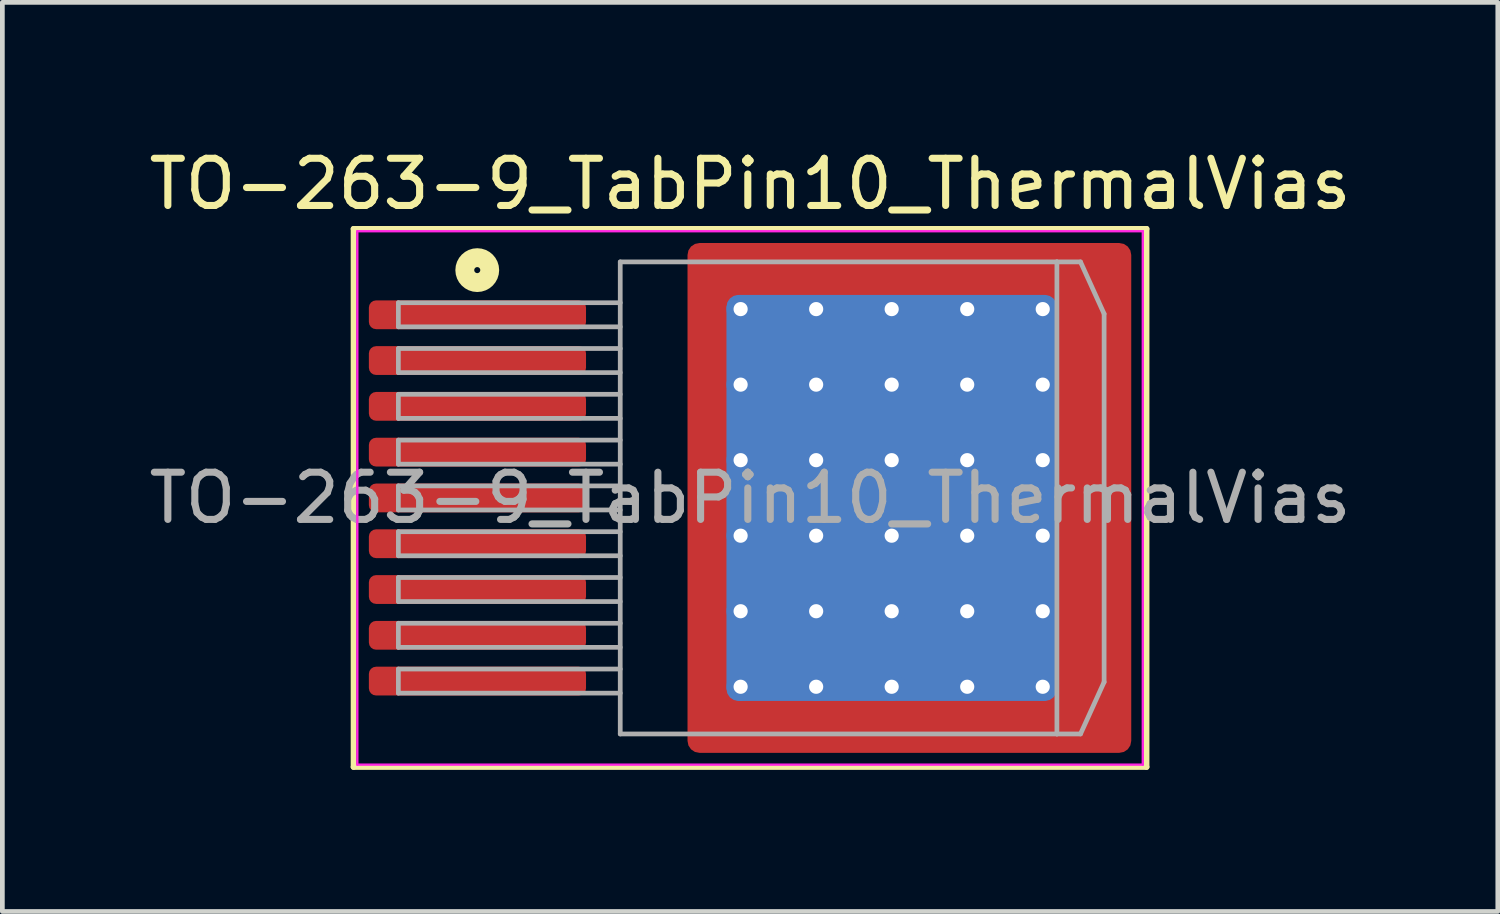
<source format=kicad_pcb>
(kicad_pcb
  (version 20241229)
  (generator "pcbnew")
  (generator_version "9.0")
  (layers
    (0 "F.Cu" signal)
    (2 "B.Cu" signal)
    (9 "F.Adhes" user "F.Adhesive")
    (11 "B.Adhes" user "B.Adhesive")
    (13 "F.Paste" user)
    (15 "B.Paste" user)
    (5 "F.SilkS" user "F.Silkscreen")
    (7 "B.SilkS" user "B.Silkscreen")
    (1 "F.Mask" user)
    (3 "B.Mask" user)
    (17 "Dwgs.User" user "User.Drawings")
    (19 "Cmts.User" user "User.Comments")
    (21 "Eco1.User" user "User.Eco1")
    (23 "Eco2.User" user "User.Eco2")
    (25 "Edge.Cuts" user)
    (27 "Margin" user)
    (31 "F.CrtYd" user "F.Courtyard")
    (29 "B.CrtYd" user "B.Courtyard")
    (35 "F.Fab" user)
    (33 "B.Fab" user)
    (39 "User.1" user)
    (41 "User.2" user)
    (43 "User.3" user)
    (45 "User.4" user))
  (footprint "TO-263-9_TabPin10_ThermalVias"
    (layer "F.Cu")
    (at 12.839 7.498)
    (property "Reference" "TO-263-9_TabPin10_ThermalVias" (at 0 -6.65 0) (layer "F.SilkS") (effects (font (size 1 1) (thickness 0.15))))
    (attr smd)
    (fp_line (start -8.4 -5.7) (end -8.4 5.7) (stroke (width 0.12) (type solid)) (layer "F.SilkS"))
    (fp_line (start -8.4 5.7) (end 8.4 5.7) (stroke (width 0.12) (type solid)) (layer "F.SilkS"))
    (fp_line (start 8.4 -5.7) (end -8.4 -5.7) (stroke (width 0.12) (type solid)) (layer "F.SilkS"))
    (fp_line (start 8.4 5.7) (end 8.4 -5.7) (stroke (width 0.12) (type solid)) (layer "F.SilkS"))
    (fp_circle (center -5.779 -4.826) (end -5.715 -4.826) (stroke (width 0.4) (type solid)) (fill no) (layer "F.SilkS"))
    (fp_line (start -8.32 -5.65) (end -8.32 5.65) (stroke (width 0.05) (type solid)) (layer "F.CrtYd"))
    (fp_line (start -8.32 5.65) (end 8.32 5.65) (stroke (width 0.05) (type solid)) (layer "F.CrtYd"))
    (fp_line (start 8.32 -5.65) (end -8.32 -5.65) (stroke (width 0.05) (type solid)) (layer "F.CrtYd"))
    (fp_line (start 8.32 5.65) (end 8.32 -5.65) (stroke (width 0.05) (type solid)) (layer "F.CrtYd"))
    (fp_line (start -7.45 -4.135) (end -7.45 -3.625) (stroke (width 0.1) (type solid)) (layer "F.Fab"))
    (fp_line (start -7.45 -3.625) (end -2.75 -3.625) (stroke (width 0.1) (type solid)) (layer "F.Fab"))
    (fp_line (start -7.45 -3.165) (end -7.45 -2.655) (stroke (width 0.1) (type solid)) (layer "F.Fab"))
    (fp_line (start -7.45 -2.655) (end -2.75 -2.655) (stroke (width 0.1) (type solid)) (layer "F.Fab"))
    (fp_line (start -7.45 -2.195) (end -7.45 -1.685) (stroke (width 0.1) (type solid)) (layer "F.Fab"))
    (fp_line (start -7.45 -1.685) (end -2.75 -1.685) (stroke (width 0.1) (type solid)) (layer "F.Fab"))
    (fp_line (start -7.45 -1.225) (end -7.45 -0.715) (stroke (width 0.1) (type solid)) (layer "F.Fab"))
    (fp_line (start -7.45 -0.715) (end -2.75 -0.715) (stroke (width 0.1) (type solid)) (layer "F.Fab"))
    (fp_line (start -7.45 -0.255) (end -7.45 0.255) (stroke (width 0.1) (type solid)) (layer "F.Fab"))
    (fp_line (start -7.45 0.255) (end -2.75 0.255) (stroke (width 0.1) (type solid)) (layer "F.Fab"))
    (fp_line (start -7.45 0.715) (end -7.45 1.225) (stroke (width 0.1) (type solid)) (layer "F.Fab"))
    (fp_line (start -7.45 1.225) (end -2.75 1.225) (stroke (width 0.1) (type solid)) (layer "F.Fab"))
    (fp_line (start -7.45 1.685) (end -7.45 2.195) (stroke (width 0.1) (type solid)) (layer "F.Fab"))
    (fp_line (start -7.45 2.195) (end -2.75 2.195) (stroke (width 0.1) (type solid)) (layer "F.Fab"))
    (fp_line (start -7.45 2.655) (end -7.45 3.165) (stroke (width 0.1) (type solid)) (layer "F.Fab"))
    (fp_line (start -7.45 3.165) (end -2.75 3.165) (stroke (width 0.1) (type solid)) (layer "F.Fab"))
    (fp_line (start -7.45 3.625) (end -7.45 4.135) (stroke (width 0.1) (type solid)) (layer "F.Fab"))
    (fp_line (start -7.45 4.135) (end -2.75 4.135) (stroke (width 0.1) (type solid)) (layer "F.Fab"))
    (fp_line (start -2.75 -5) (end 6.5 -5) (stroke (width 0.1) (type solid)) (layer "F.Fab"))
    (fp_line (start -2.75 -4.135) (end -7.45 -4.135) (stroke (width 0.1) (type solid)) (layer "F.Fab"))
    (fp_line (start -2.75 -3.165) (end -7.45 -3.165) (stroke (width 0.1) (type solid)) (layer "F.Fab"))
    (fp_line (start -2.75 -2.195) (end -7.45 -2.195) (stroke (width 0.1) (type solid)) (layer "F.Fab"))
    (fp_line (start -2.75 -1.225) (end -7.45 -1.225) (stroke (width 0.1) (type solid)) (layer "F.Fab"))
    (fp_line (start -2.75 -0.255) (end -7.45 -0.255) (stroke (width 0.1) (type solid)) (layer "F.Fab"))
    (fp_line (start -2.75 0.715) (end -7.45 0.715) (stroke (width 0.1) (type solid)) (layer "F.Fab"))
    (fp_line (start -2.75 1.685) (end -7.45 1.685) (stroke (width 0.1) (type solid)) (layer "F.Fab"))
    (fp_line (start -2.75 2.655) (end -7.45 2.655) (stroke (width 0.1) (type solid)) (layer "F.Fab"))
    (fp_line (start -2.75 3.625) (end -7.45 3.625) (stroke (width 0.1) (type solid)) (layer "F.Fab"))
    (fp_line (start -2.75 5) (end -2.75 -5) (stroke (width 0.1) (type solid)) (layer "F.Fab"))
    (fp_line (start 6.5 -5) (end 6.5 5) (stroke (width 0.1) (type solid)) (layer "F.Fab"))
    (fp_line (start 6.5 -5) (end 7 -5) (stroke (width 0.1) (type solid)) (layer "F.Fab"))
    (fp_line (start 6.5 5) (end -2.75 5) (stroke (width 0.1) (type solid)) (layer "F.Fab"))
    (fp_line (start 6.5 5) (end 7 5) (stroke (width 0.1) (type solid)) (layer "F.Fab"))
    (fp_line (start 7 -5) (end 7.5 -3.9) (stroke (width 0.1) (type solid)) (layer "F.Fab"))
    (fp_line (start 7 5) (end 7.5 3.9) (stroke (width 0.1) (type solid)) (layer "F.Fab"))
    (fp_line (start 7.5 -3.9) (end 7.5 3.9) (stroke (width 0.1) (type solid)) (layer "F.Fab"))
    (fp_text user "${REFERENCE}" (at 0 0 0) (layer "F.Fab") (effects (font (size 1 1) (thickness 0.15))))
    (pad "" smd roundrect (at -0.75 -4.65 90) (size 1.1 0.9) (layers "F.Paste") (roundrect_rratio 0.25))
    (pad "" smd roundrect (at -0.75 -3.2 90) (size 1.4 0.9) (layers "F.Paste") (roundrect_rratio 0.25))
    (pad "" smd roundrect (at -0.75 -1.6 90) (size 1.4 0.9) (layers "F.Paste") (roundrect_rratio 0.25))
    (pad "" smd roundrect (at -0.75 0 90) (size 1.4 0.9) (layers "F.Paste") (roundrect_rratio 0.25))
    (pad "" smd roundrect (at -0.75 1.6 90) (size 1.4 0.9) (layers "F.Paste") (roundrect_rratio 0.25))
    (pad "" smd roundrect (at -0.75 3.2 90) (size 1.4 0.9) (layers "F.Paste") (roundrect_rratio 0.25))
    (pad "" smd roundrect (at -0.75 4.65 90) (size 1.1 0.9) (layers "F.Paste") (roundrect_rratio 0.25))
    (pad "" smd roundrect (at 0.6 -4.65) (size 1.4 1.1) (layers "F.Paste") (roundrect_rratio 0.227))
    (pad "" smd roundrect (at 0.6 -3.2) (size 1.4 1.4) (layers "F.Paste") (roundrect_rratio 0.179))
    (pad "" smd roundrect (at 0.6 -1.6) (size 1.4 1.4) (layers "F.Paste") (roundrect_rratio 0.179))
    (pad "" smd roundrect (at 0.6 0) (size 1.4 1.4) (layers "F.Paste") (roundrect_rratio 0.179))
    (pad "" smd roundrect (at 0.6 1.6) (size 1.4 1.4) (layers "F.Paste") (roundrect_rratio 0.179))
    (pad "" smd roundrect (at 0.6 3.2) (size 1.4 1.4) (layers "F.Paste") (roundrect_rratio 0.179))
    (pad "" smd roundrect (at 0.6 4.65) (size 1.4 1.1) (layers "F.Paste") (roundrect_rratio 0.227))
    (pad "" smd roundrect (at 2.2 -4.65) (size 1.4 1.1) (layers "F.Paste") (roundrect_rratio 0.227))
    (pad "" smd roundrect (at 2.2 -3.2) (size 1.4 1.4) (layers "F.Paste") (roundrect_rratio 0.179))
    (pad "" smd roundrect (at 2.2 -1.6) (size 1.4 1.4) (layers "F.Paste") (roundrect_rratio 0.179))
    (pad "" smd roundrect (at 2.2 0) (size 1.4 1.4) (layers "F.Paste") (roundrect_rratio 0.179))
    (pad "" smd roundrect (at 2.2 1.6) (size 1.4 1.4) (layers "F.Paste") (roundrect_rratio 0.179))
    (pad "" smd roundrect (at 2.2 3.2) (size 1.4 1.4) (layers "F.Paste") (roundrect_rratio 0.179))
    (pad "" smd roundrect (at 2.2 4.65) (size 1.4 1.1) (layers "F.Paste") (roundrect_rratio 0.227))
    (pad "" smd roundrect (at 3.8 -4.65) (size 1.4 1.1) (layers "F.Paste") (roundrect_rratio 0.227))
    (pad "" smd roundrect (at 3.8 -3.2) (size 1.4 1.4) (layers "F.Paste") (roundrect_rratio 0.179))
    (pad "" smd roundrect (at 3.8 -1.6) (size 1.4 1.4) (layers "F.Paste") (roundrect_rratio 0.179))
    (pad "" smd roundrect (at 3.8 0) (size 1.4 1.4) (layers "F.Paste") (roundrect_rratio 0.179))
    (pad "" smd roundrect (at 3.8 1.6) (size 1.4 1.4) (layers "F.Paste") (roundrect_rratio 0.179))
    (pad "" smd roundrect (at 3.8 3.2) (size 1.4 1.4) (layers "F.Paste") (roundrect_rratio 0.179))
    (pad "" smd roundrect (at 3.8 4.65) (size 1.4 1.1) (layers "F.Paste") (roundrect_rratio 0.227))
    (pad "" smd roundrect (at 5.45 -4.65) (size 1.4 1.1) (layers "F.Paste") (roundrect_rratio 0.227))
    (pad "" smd roundrect (at 5.45 -3.2) (size 1.4 1.4) (layers "F.Paste") (roundrect_rratio 0.179))
    (pad "" smd roundrect (at 5.45 -1.6) (size 1.4 1.4) (layers "F.Paste") (roundrect_rratio 0.179))
    (pad "" smd roundrect (at 5.45 0) (size 1.4 1.4) (layers "F.Paste") (roundrect_rratio 0.179))
    (pad "" smd roundrect (at 5.45 1.6) (size 1.4 1.4) (layers "F.Paste") (roundrect_rratio 0.179))
    (pad "" smd roundrect (at 5.45 3.2) (size 1.4 1.4) (layers "F.Paste") (roundrect_rratio 0.179))
    (pad "" smd roundrect (at 5.45 4.65) (size 1.4 1.1) (layers "F.Paste") (roundrect_rratio 0.227))
    (pad "" smd roundrect (at 7.05 -4.65) (size 1.4 1.1) (layers "F.Paste") (roundrect_rratio 0.227))
    (pad "" smd roundrect (at 7.05 -3.2) (size 1.4 1.4) (layers "F.Paste") (roundrect_rratio 0.179))
    (pad "" smd roundrect (at 7.05 -1.6) (size 1.4 1.4) (layers "F.Paste") (roundrect_rratio 0.179))
    (pad "" smd roundrect (at 7.05 0) (size 1.4 1.4) (layers "F.Paste") (roundrect_rratio 0.179))
    (pad "" smd roundrect (at 7.05 1.6) (size 1.4 1.4) (layers "F.Paste") (roundrect_rratio 0.179))
    (pad "" smd roundrect (at 7.05 3.2) (size 1.4 1.4) (layers "F.Paste") (roundrect_rratio 0.179))
    (pad "" smd roundrect (at 7.05 4.65) (size 1.4 1.1) (layers "F.Paste") (roundrect_rratio 0.227))
    (pad "1" smd roundrect (at -5.775 -3.88) (size 4.6 0.61) (layers "F.Cu" "F.Mask" "F.Paste") (roundrect_rratio 0.25))
    (pad "2" smd roundrect (at -5.775 -2.91) (size 4.6 0.61) (layers "F.Cu" "F.Mask" "F.Paste") (roundrect_rratio 0.25))
    (pad "3" smd roundrect (at -5.775 -1.94) (size 4.6 0.61) (layers "F.Cu" "F.Mask" "F.Paste") (roundrect_rratio 0.25))
    (pad "4" smd roundrect (at -5.775 -0.97) (size 4.6 0.61) (layers "F.Cu" "F.Mask" "F.Paste") (roundrect_rratio 0.25))
    (pad "5" smd roundrect (at -5.775 0) (size 4.6 0.61) (layers "F.Cu" "F.Mask" "F.Paste") (roundrect_rratio 0.25))
    (pad "6" smd roundrect (at -5.775 0.97) (size 4.6 0.61) (layers "F.Cu" "F.Mask" "F.Paste") (roundrect_rratio 0.25))
    (pad "7" smd roundrect (at -5.775 1.94) (size 4.6 0.61) (layers "F.Cu" "F.Mask" "F.Paste") (roundrect_rratio 0.25))
    (pad "8" smd roundrect (at -5.775 2.91) (size 4.6 0.61) (layers "F.Cu" "F.Mask" "F.Paste") (roundrect_rratio 0.25))
    (pad "9" smd roundrect (at -5.775 3.88) (size 4.6 0.61) (layers "F.Cu" "F.Mask" "F.Paste") (roundrect_rratio 0.25))
    (pad "10" thru_hole circle (at -0.2 -4) (size 0.6 0.6) (drill 0.3) (property pad_prop_heatsink) (layers "*.Cu"))
    (pad "10" thru_hole circle (at -0.2 -2.4) (size 0.6 0.6) (drill 0.3) (property pad_prop_heatsink) (layers "*.Cu"))
    (pad "10" thru_hole circle (at -0.2 -0.8) (size 0.6 0.6) (drill 0.3) (property pad_prop_heatsink) (layers "*.Cu"))
    (pad "10" thru_hole circle (at -0.2 0.8) (size 0.6 0.6) (drill 0.3) (property pad_prop_heatsink) (layers "*.Cu"))
    (pad "10" thru_hole circle (at -0.2 2.4) (size 0.6 0.6) (drill 0.3) (property pad_prop_heatsink) (layers "*.Cu"))
    (pad "10" thru_hole circle (at -0.2 4) (size 0.6 0.6) (drill 0.3) (property pad_prop_heatsink) (layers "*.Cu"))
    (pad "10" thru_hole circle (at 1.4 -4) (size 0.6 0.6) (drill 0.3) (property pad_prop_heatsink) (layers "*.Cu"))
    (pad "10" thru_hole circle (at 1.4 -2.4) (size 0.6 0.6) (drill 0.3) (property pad_prop_heatsink) (layers "*.Cu"))
    (pad "10" thru_hole circle (at 1.4 -0.8) (size 0.6 0.6) (drill 0.3) (property pad_prop_heatsink) (layers "*.Cu"))
    (pad "10" thru_hole circle (at 1.4 0.8) (size 0.6 0.6) (drill 0.3) (property pad_prop_heatsink) (layers "*.Cu"))
    (pad "10" thru_hole circle (at 1.4 2.4) (size 0.6 0.6) (drill 0.3) (property pad_prop_heatsink) (layers "*.Cu"))
    (pad "10" thru_hole circle (at 1.4 4) (size 0.6 0.6) (drill 0.3) (property pad_prop_heatsink) (layers "*.Cu"))
    (pad "10" thru_hole circle (at 3 -4) (size 0.6 0.6) (drill 0.3) (property pad_prop_heatsink) (layers "*.Cu"))
    (pad "10" thru_hole circle (at 3 -2.4) (size 0.6 0.6) (drill 0.3) (property pad_prop_heatsink) (layers "*.Cu"))
    (pad "10" thru_hole circle (at 3 -0.8) (size 0.6 0.6) (drill 0.3) (property pad_prop_heatsink) (layers "*.Cu"))
    (pad "10" smd roundrect (at 3 0) (size 7 8.6) (layers "B.Cu" "B.Mask") (roundrect_rratio 0.036))
    (pad "10" thru_hole circle (at 3 0.8) (size 0.6 0.6) (drill 0.3) (property pad_prop_heatsink) (layers "*.Cu"))
    (pad "10" thru_hole circle (at 3 2.4) (size 0.6 0.6) (drill 0.3) (property pad_prop_heatsink) (layers "*.Cu"))
    (pad "10" thru_hole circle (at 3 4) (size 0.6 0.6) (drill 0.3) (property pad_prop_heatsink) (layers "*.Cu"))
    (pad "10" smd roundrect (at 3.375 0) (size 9.4 10.8) (layers "F.Cu" "F.Mask") (roundrect_rratio 0.027))
    (pad "10" thru_hole circle (at 4.6 -4) (size 0.6 0.6) (drill 0.3) (property pad_prop_heatsink) (layers "*.Cu"))
    (pad "10" thru_hole circle (at 4.6 -2.4) (size 0.6 0.6) (drill 0.3) (property pad_prop_heatsink) (layers "*.Cu"))
    (pad "10" thru_hole circle (at 4.6 -0.8) (size 0.6 0.6) (drill 0.3) (property pad_prop_heatsink) (layers "*.Cu"))
    (pad "10" thru_hole circle (at 4.6 0.8) (size 0.6 0.6) (drill 0.3) (property pad_prop_heatsink) (layers "*.Cu"))
    (pad "10" thru_hole circle (at 4.6 2.4) (size 0.6 0.6) (drill 0.3) (property pad_prop_heatsink) (layers "*.Cu"))
    (pad "10" thru_hole circle (at 4.6 4) (size 0.6 0.6) (drill 0.3) (property pad_prop_heatsink) (layers "*.Cu"))
    (pad "10" thru_hole circle (at 6.2 -4) (size 0.6 0.6) (drill 0.3) (property pad_prop_heatsink) (layers "*.Cu"))
    (pad "10" thru_hole circle (at 6.2 -2.4) (size 0.6 0.6) (drill 0.3) (property pad_prop_heatsink) (layers "*.Cu"))
    (pad "10" thru_hole circle (at 6.2 -0.8) (size 0.6 0.6) (drill 0.3) (property pad_prop_heatsink) (layers "*.Cu"))
    (pad "10" thru_hole circle (at 6.2 0.8) (size 0.6 0.6) (drill 0.3) (property pad_prop_heatsink) (layers "*.Cu"))
    (pad "10" thru_hole circle (at 6.2 2.4) (size 0.6 0.6) (drill 0.3) (property pad_prop_heatsink) (layers "*.Cu"))
    (pad "10" thru_hole circle (at 6.2 4) (size 0.6 0.6) (drill 0.3) (property pad_prop_heatsink) (layers "*.Cu")))
  (gr_rect
    (start -3 -3)
    (end 28.679 16.258)
    (stroke (width 0.1) (type default))
    (fill no)
    (layer "Edge.Cuts")))
</source>
